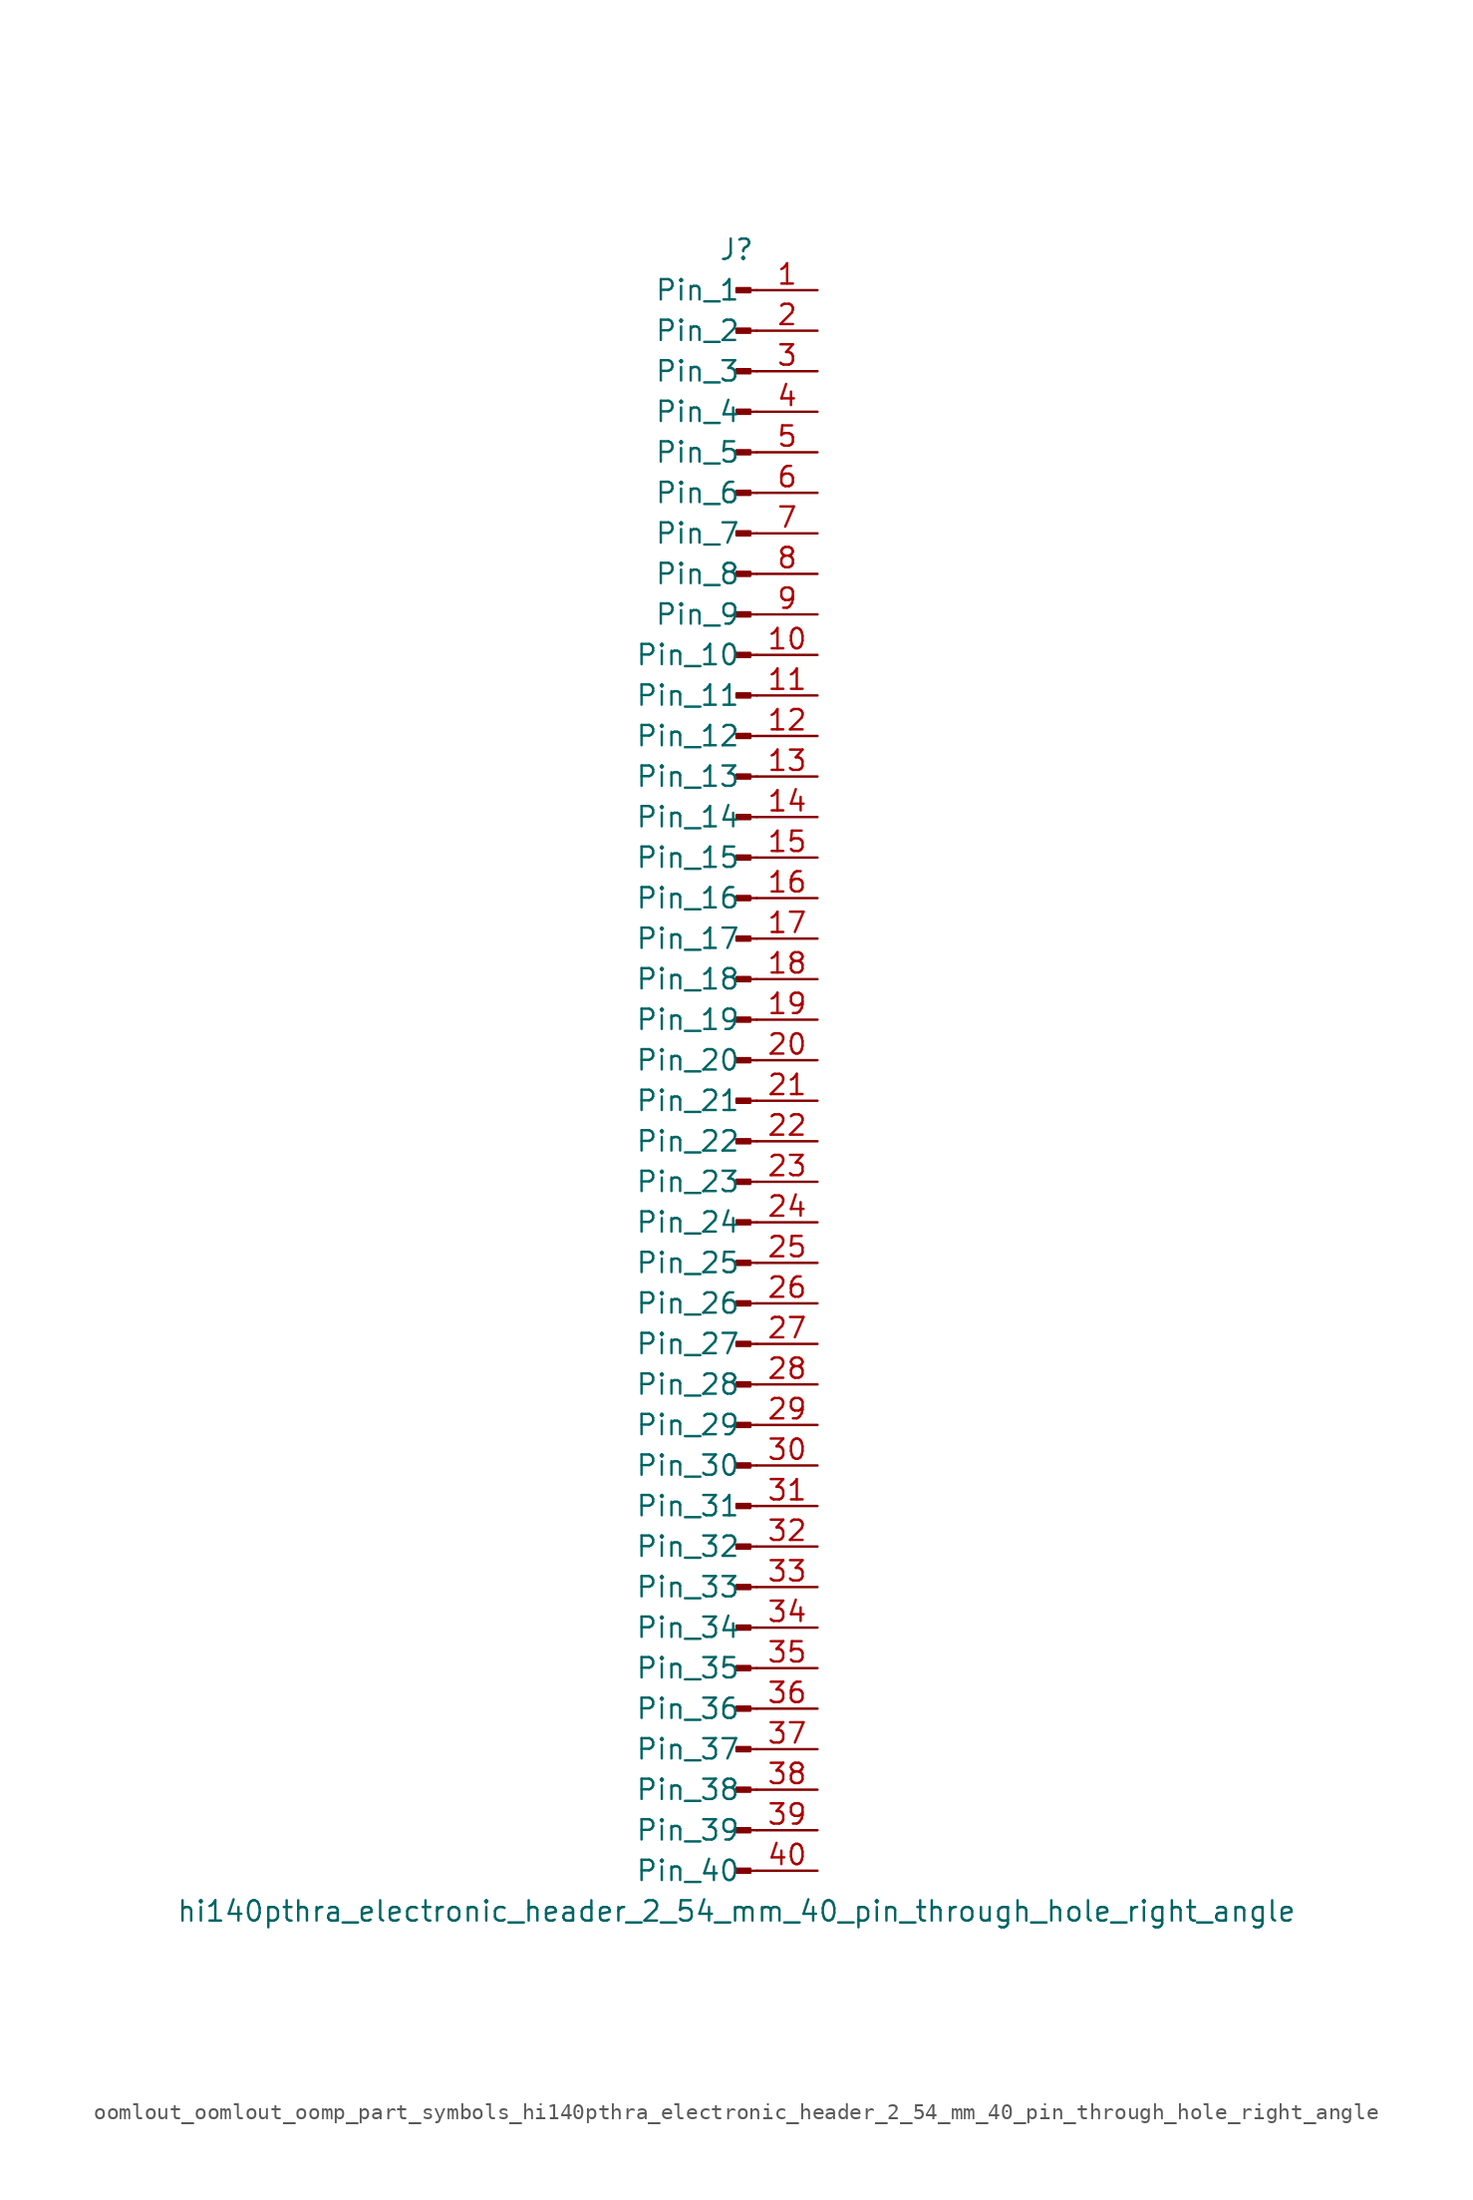
<source format=kicad_sym>
(kicad_symbol_lib
  (version 20220914)
  (generator kicad_symbol_editor)
  (symbol "oomlout_oomlout_oomp_part_symbols_hi140pthra_electronic_header_2_54_mm_40_pin_through_hole_right_angle"
    (pin_names
      (offset 1.016))
    (property "Reference" "J"
      (at 0 50.8 0)
      (effects (font (size 1.27 1.27))))
    (property "Value" "hi140pthra_electronic_header_2_54_mm_40_pin_through_hole_right_angle"
      (at 0 -53.34 0)
      (effects (font (size 1.27 1.27))))
    (property "ki_locked" ""
      (at 0 0 0)
      (effects (font (size 1.27 1.27))))
    (symbol "oomlout_oomlout_oomp_part_symbols_hi140pthra_electronic_header_2_54_mm_40_pin_through_hole_right_angle_1_1"
      (polyline (pts (xy 1.27 -50.8) (xy 0.864 -50.8)) (stroke (width 0.152) (type default)) (fill (type none)))
      (polyline (pts (xy 1.27 -48.26) (xy 0.864 -48.26)) (stroke (width 0.152) (type default)) (fill (type none)))
      (polyline (pts (xy 1.27 -45.72) (xy 0.864 -45.72)) (stroke (width 0.152) (type default)) (fill (type none)))
      (polyline (pts (xy 1.27 -43.18) (xy 0.864 -43.18)) (stroke (width 0.152) (type default)) (fill (type none)))
      (polyline (pts (xy 1.27 -40.64) (xy 0.864 -40.64)) (stroke (width 0.152) (type default)) (fill (type none)))
      (polyline (pts (xy 1.27 -38.1) (xy 0.864 -38.1)) (stroke (width 0.152) (type default)) (fill (type none)))
      (polyline (pts (xy 1.27 -35.56) (xy 0.864 -35.56)) (stroke (width 0.152) (type default)) (fill (type none)))
      (polyline (pts (xy 1.27 -33.02) (xy 0.864 -33.02)) (stroke (width 0.152) (type default)) (fill (type none)))
      (polyline (pts (xy 1.27 -30.48) (xy 0.864 -30.48)) (stroke (width 0.152) (type default)) (fill (type none)))
      (polyline (pts (xy 1.27 -27.94) (xy 0.864 -27.94)) (stroke (width 0.152) (type default)) (fill (type none)))
      (polyline (pts (xy 1.27 -25.4) (xy 0.864 -25.4)) (stroke (width 0.152) (type default)) (fill (type none)))
      (polyline (pts (xy 1.27 -22.86) (xy 0.864 -22.86)) (stroke (width 0.152) (type default)) (fill (type none)))
      (polyline (pts (xy 1.27 -20.32) (xy 0.864 -20.32)) (stroke (width 0.152) (type default)) (fill (type none)))
      (polyline (pts (xy 1.27 -17.78) (xy 0.864 -17.78)) (stroke (width 0.152) (type default)) (fill (type none)))
      (polyline (pts (xy 1.27 -15.24) (xy 0.864 -15.24)) (stroke (width 0.152) (type default)) (fill (type none)))
      (polyline (pts (xy 1.27 -12.7) (xy 0.864 -12.7)) (stroke (width 0.152) (type default)) (fill (type none)))
      (polyline (pts (xy 1.27 -10.16) (xy 0.864 -10.16)) (stroke (width 0.152) (type default)) (fill (type none)))
      (polyline (pts (xy 1.27 -7.62) (xy 0.864 -7.62)) (stroke (width 0.152) (type default)) (fill (type none)))
      (polyline (pts (xy 1.27 -5.08) (xy 0.864 -5.08)) (stroke (width 0.152) (type default)) (fill (type none)))
      (polyline (pts (xy 1.27 -2.54) (xy 0.864 -2.54)) (stroke (width 0.152) (type default)) (fill (type none)))
      (polyline (pts (xy 1.27 0) (xy 0.864 0)) (stroke (width 0.152) (type default)) (fill (type none)))
      (polyline (pts (xy 1.27 2.54) (xy 0.864 2.54)) (stroke (width 0.152) (type default)) (fill (type none)))
      (polyline (pts (xy 1.27 5.08) (xy 0.864 5.08)) (stroke (width 0.152) (type default)) (fill (type none)))
      (polyline (pts (xy 1.27 7.62) (xy 0.864 7.62)) (stroke (width 0.152) (type default)) (fill (type none)))
      (polyline (pts (xy 1.27 10.16) (xy 0.864 10.16)) (stroke (width 0.152) (type default)) (fill (type none)))
      (polyline (pts (xy 1.27 12.7) (xy 0.864 12.7)) (stroke (width 0.152) (type default)) (fill (type none)))
      (polyline (pts (xy 1.27 15.24) (xy 0.864 15.24)) (stroke (width 0.152) (type default)) (fill (type none)))
      (polyline (pts (xy 1.27 17.78) (xy 0.864 17.78)) (stroke (width 0.152) (type default)) (fill (type none)))
      (polyline (pts (xy 1.27 20.32) (xy 0.864 20.32)) (stroke (width 0.152) (type default)) (fill (type none)))
      (polyline (pts (xy 1.27 22.86) (xy 0.864 22.86)) (stroke (width 0.152) (type default)) (fill (type none)))
      (polyline (pts (xy 1.27 25.4) (xy 0.864 25.4)) (stroke (width 0.152) (type default)) (fill (type none)))
      (polyline (pts (xy 1.27 27.94) (xy 0.864 27.94)) (stroke (width 0.152) (type default)) (fill (type none)))
      (polyline (pts (xy 1.27 30.48) (xy 0.864 30.48)) (stroke (width 0.152) (type default)) (fill (type none)))
      (polyline (pts (xy 1.27 33.02) (xy 0.864 33.02)) (stroke (width 0.152) (type default)) (fill (type none)))
      (polyline (pts (xy 1.27 35.56) (xy 0.864 35.56)) (stroke (width 0.152) (type default)) (fill (type none)))
      (polyline (pts (xy 1.27 38.1) (xy 0.864 38.1)) (stroke (width 0.152) (type default)) (fill (type none)))
      (polyline (pts (xy 1.27 40.64) (xy 0.864 40.64)) (stroke (width 0.152) (type default)) (fill (type none)))
      (polyline (pts (xy 1.27 43.18) (xy 0.864 43.18)) (stroke (width 0.152) (type default)) (fill (type none)))
      (polyline (pts (xy 1.27 45.72) (xy 0.864 45.72)) (stroke (width 0.152) (type default)) (fill (type none)))
      (polyline (pts (xy 1.27 48.26) (xy 0.864 48.26)) (stroke (width 0.152) (type default)) (fill (type none)))
      (rectangle (start 0.864 -50.673) (end 0 -50.927) (stroke (width 0.152) (type default)) (fill (type outline)))
      (rectangle (start 0.864 -48.133) (end 0 -48.387) (stroke (width 0.152) (type default)) (fill (type outline)))
      (rectangle (start 0.864 -45.593) (end 0 -45.847) (stroke (width 0.152) (type default)) (fill (type outline)))
      (rectangle (start 0.864 -43.053) (end 0 -43.307) (stroke (width 0.152) (type default)) (fill (type outline)))
      (rectangle (start 0.864 -40.513) (end 0 -40.767) (stroke (width 0.152) (type default)) (fill (type outline)))
      (rectangle (start 0.864 -37.973) (end 0 -38.227) (stroke (width 0.152) (type default)) (fill (type outline)))
      (rectangle (start 0.864 -35.433) (end 0 -35.687) (stroke (width 0.152) (type default)) (fill (type outline)))
      (rectangle (start 0.864 -32.893) (end 0 -33.147) (stroke (width 0.152) (type default)) (fill (type outline)))
      (rectangle (start 0.864 -30.353) (end 0 -30.607) (stroke (width 0.152) (type default)) (fill (type outline)))
      (rectangle (start 0.864 -27.813) (end 0 -28.067) (stroke (width 0.152) (type default)) (fill (type outline)))
      (rectangle (start 0.864 -25.273) (end 0 -25.527) (stroke (width 0.152) (type default)) (fill (type outline)))
      (rectangle (start 0.864 -22.733) (end 0 -22.987) (stroke (width 0.152) (type default)) (fill (type outline)))
      (rectangle (start 0.864 -20.193) (end 0 -20.447) (stroke (width 0.152) (type default)) (fill (type outline)))
      (rectangle (start 0.864 -17.653) (end 0 -17.907) (stroke (width 0.152) (type default)) (fill (type outline)))
      (rectangle (start 0.864 -15.113) (end 0 -15.367) (stroke (width 0.152) (type default)) (fill (type outline)))
      (rectangle (start 0.864 -12.573) (end 0 -12.827) (stroke (width 0.152) (type default)) (fill (type outline)))
      (rectangle (start 0.864 -10.033) (end 0 -10.287) (stroke (width 0.152) (type default)) (fill (type outline)))
      (rectangle (start 0.864 -7.493) (end 0 -7.747) (stroke (width 0.152) (type default)) (fill (type outline)))
      (rectangle (start 0.864 -4.953) (end 0 -5.207) (stroke (width 0.152) (type default)) (fill (type outline)))
      (rectangle (start 0.864 -2.413) (end 0 -2.667) (stroke (width 0.152) (type default)) (fill (type outline)))
      (rectangle (start 0.864 0.127) (end 0 -0.127) (stroke (width 0.152) (type default)) (fill (type outline)))
      (rectangle (start 0.864 2.667) (end 0 2.413) (stroke (width 0.152) (type default)) (fill (type outline)))
      (rectangle (start 0.864 5.207) (end 0 4.953) (stroke (width 0.152) (type default)) (fill (type outline)))
      (rectangle (start 0.864 7.747) (end 0 7.493) (stroke (width 0.152) (type default)) (fill (type outline)))
      (rectangle (start 0.864 10.287) (end 0 10.033) (stroke (width 0.152) (type default)) (fill (type outline)))
      (rectangle (start 0.864 12.827) (end 0 12.573) (stroke (width 0.152) (type default)) (fill (type outline)))
      (rectangle (start 0.864 15.367) (end 0 15.113) (stroke (width 0.152) (type default)) (fill (type outline)))
      (rectangle (start 0.864 17.907) (end 0 17.653) (stroke (width 0.152) (type default)) (fill (type outline)))
      (rectangle (start 0.864 20.447) (end 0 20.193) (stroke (width 0.152) (type default)) (fill (type outline)))
      (rectangle (start 0.864 22.987) (end 0 22.733) (stroke (width 0.152) (type default)) (fill (type outline)))
      (rectangle (start 0.864 25.527) (end 0 25.273) (stroke (width 0.152) (type default)) (fill (type outline)))
      (rectangle (start 0.864 28.067) (end 0 27.813) (stroke (width 0.152) (type default)) (fill (type outline)))
      (rectangle (start 0.864 30.607) (end 0 30.353) (stroke (width 0.152) (type default)) (fill (type outline)))
      (rectangle (start 0.864 33.147) (end 0 32.893) (stroke (width 0.152) (type default)) (fill (type outline)))
      (rectangle (start 0.864 35.687) (end 0 35.433) (stroke (width 0.152) (type default)) (fill (type outline)))
      (rectangle (start 0.864 38.227) (end 0 37.973) (stroke (width 0.152) (type default)) (fill (type outline)))
      (rectangle (start 0.864 40.767) (end 0 40.513) (stroke (width 0.152) (type default)) (fill (type outline)))
      (rectangle (start 0.864 43.307) (end 0 43.053) (stroke (width 0.152) (type default)) (fill (type outline)))
      (rectangle (start 0.864 45.847) (end 0 45.593) (stroke (width 0.152) (type default)) (fill (type outline)))
      (rectangle (start 0.864 48.387) (end 0 48.133) (stroke (width 0.152) (type default)) (fill (type outline)))
      (pin passive line (at 5.08 48.26 180) (length 3.81) (name "Pin_1" (effects (font (size 1.27 1.27)))) (number "1" (effects (font (size 1.27 1.27)))))
      (pin passive line (at 5.08 25.4 180) (length 3.81) (name "Pin_10" (effects (font (size 1.27 1.27)))) (number "10" (effects (font (size 1.27 1.27)))))
      (pin passive line (at 5.08 22.86 180) (length 3.81) (name "Pin_11" (effects (font (size 1.27 1.27)))) (number "11" (effects (font (size 1.27 1.27)))))
      (pin passive line (at 5.08 20.32 180) (length 3.81) (name "Pin_12" (effects (font (size 1.27 1.27)))) (number "12" (effects (font (size 1.27 1.27)))))
      (pin passive line (at 5.08 17.78 180) (length 3.81) (name "Pin_13" (effects (font (size 1.27 1.27)))) (number "13" (effects (font (size 1.27 1.27)))))
      (pin passive line (at 5.08 15.24 180) (length 3.81) (name "Pin_14" (effects (font (size 1.27 1.27)))) (number "14" (effects (font (size 1.27 1.27)))))
      (pin passive line (at 5.08 12.7 180) (length 3.81) (name "Pin_15" (effects (font (size 1.27 1.27)))) (number "15" (effects (font (size 1.27 1.27)))))
      (pin passive line (at 5.08 10.16 180) (length 3.81) (name "Pin_16" (effects (font (size 1.27 1.27)))) (number "16" (effects (font (size 1.27 1.27)))))
      (pin passive line (at 5.08 7.62 180) (length 3.81) (name "Pin_17" (effects (font (size 1.27 1.27)))) (number "17" (effects (font (size 1.27 1.27)))))
      (pin passive line (at 5.08 5.08 180) (length 3.81) (name "Pin_18" (effects (font (size 1.27 1.27)))) (number "18" (effects (font (size 1.27 1.27)))))
      (pin passive line (at 5.08 2.54 180) (length 3.81) (name "Pin_19" (effects (font (size 1.27 1.27)))) (number "19" (effects (font (size 1.27 1.27)))))
      (pin passive line (at 5.08 45.72 180) (length 3.81) (name "Pin_2" (effects (font (size 1.27 1.27)))) (number "2" (effects (font (size 1.27 1.27)))))
      (pin passive line (at 5.08 0 180) (length 3.81) (name "Pin_20" (effects (font (size 1.27 1.27)))) (number "20" (effects (font (size 1.27 1.27)))))
      (pin passive line (at 5.08 -2.54 180) (length 3.81) (name "Pin_21" (effects (font (size 1.27 1.27)))) (number "21" (effects (font (size 1.27 1.27)))))
      (pin passive line (at 5.08 -5.08 180) (length 3.81) (name "Pin_22" (effects (font (size 1.27 1.27)))) (number "22" (effects (font (size 1.27 1.27)))))
      (pin passive line (at 5.08 -7.62 180) (length 3.81) (name "Pin_23" (effects (font (size 1.27 1.27)))) (number "23" (effects (font (size 1.27 1.27)))))
      (pin passive line (at 5.08 -10.16 180) (length 3.81) (name "Pin_24" (effects (font (size 1.27 1.27)))) (number "24" (effects (font (size 1.27 1.27)))))
      (pin passive line (at 5.08 -12.7 180) (length 3.81) (name "Pin_25" (effects (font (size 1.27 1.27)))) (number "25" (effects (font (size 1.27 1.27)))))
      (pin passive line (at 5.08 -15.24 180) (length 3.81) (name "Pin_26" (effects (font (size 1.27 1.27)))) (number "26" (effects (font (size 1.27 1.27)))))
      (pin passive line (at 5.08 -17.78 180) (length 3.81) (name "Pin_27" (effects (font (size 1.27 1.27)))) (number "27" (effects (font (size 1.27 1.27)))))
      (pin passive line (at 5.08 -20.32 180) (length 3.81) (name "Pin_28" (effects (font (size 1.27 1.27)))) (number "28" (effects (font (size 1.27 1.27)))))
      (pin passive line (at 5.08 -22.86 180) (length 3.81) (name "Pin_29" (effects (font (size 1.27 1.27)))) (number "29" (effects (font (size 1.27 1.27)))))
      (pin passive line (at 5.08 43.18 180) (length 3.81) (name "Pin_3" (effects (font (size 1.27 1.27)))) (number "3" (effects (font (size 1.27 1.27)))))
      (pin passive line (at 5.08 -25.4 180) (length 3.81) (name "Pin_30" (effects (font (size 1.27 1.27)))) (number "30" (effects (font (size 1.27 1.27)))))
      (pin passive line (at 5.08 -27.94 180) (length 3.81) (name "Pin_31" (effects (font (size 1.27 1.27)))) (number "31" (effects (font (size 1.27 1.27)))))
      (pin passive line (at 5.08 -30.48 180) (length 3.81) (name "Pin_32" (effects (font (size 1.27 1.27)))) (number "32" (effects (font (size 1.27 1.27)))))
      (pin passive line (at 5.08 -33.02 180) (length 3.81) (name "Pin_33" (effects (font (size 1.27 1.27)))) (number "33" (effects (font (size 1.27 1.27)))))
      (pin passive line (at 5.08 -35.56 180) (length 3.81) (name "Pin_34" (effects (font (size 1.27 1.27)))) (number "34" (effects (font (size 1.27 1.27)))))
      (pin passive line (at 5.08 -38.1 180) (length 3.81) (name "Pin_35" (effects (font (size 1.27 1.27)))) (number "35" (effects (font (size 1.27 1.27)))))
      (pin passive line (at 5.08 -40.64 180) (length 3.81) (name "Pin_36" (effects (font (size 1.27 1.27)))) (number "36" (effects (font (size 1.27 1.27)))))
      (pin passive line (at 5.08 -43.18 180) (length 3.81) (name "Pin_37" (effects (font (size 1.27 1.27)))) (number "37" (effects (font (size 1.27 1.27)))))
      (pin passive line (at 5.08 -45.72 180) (length 3.81) (name "Pin_38" (effects (font (size 1.27 1.27)))) (number "38" (effects (font (size 1.27 1.27)))))
      (pin passive line (at 5.08 -48.26 180) (length 3.81) (name "Pin_39" (effects (font (size 1.27 1.27)))) (number "39" (effects (font (size 1.27 1.27)))))
      (pin passive line (at 5.08 40.64 180) (length 3.81) (name "Pin_4" (effects (font (size 1.27 1.27)))) (number "4" (effects (font (size 1.27 1.27)))))
      (pin passive line (at 5.08 -50.8 180) (length 3.81) (name "Pin_40" (effects (font (size 1.27 1.27)))) (number "40" (effects (font (size 1.27 1.27)))))
      (pin passive line (at 5.08 38.1 180) (length 3.81) (name "Pin_5" (effects (font (size 1.27 1.27)))) (number "5" (effects (font (size 1.27 1.27)))))
      (pin passive line (at 5.08 35.56 180) (length 3.81) (name "Pin_6" (effects (font (size 1.27 1.27)))) (number "6" (effects (font (size 1.27 1.27)))))
      (pin passive line (at 5.08 33.02 180) (length 3.81) (name "Pin_7" (effects (font (size 1.27 1.27)))) (number "7" (effects (font (size 1.27 1.27)))))
      (pin passive line (at 5.08 30.48 180) (length 3.81) (name "Pin_8" (effects (font (size 1.27 1.27)))) (number "8" (effects (font (size 1.27 1.27)))))
      (pin passive line (at 5.08 27.94 180) (length 3.81) (name "Pin_9" (effects (font (size 1.27 1.27)))) (number "9" (effects (font (size 1.27 1.27))))))))
</source>
